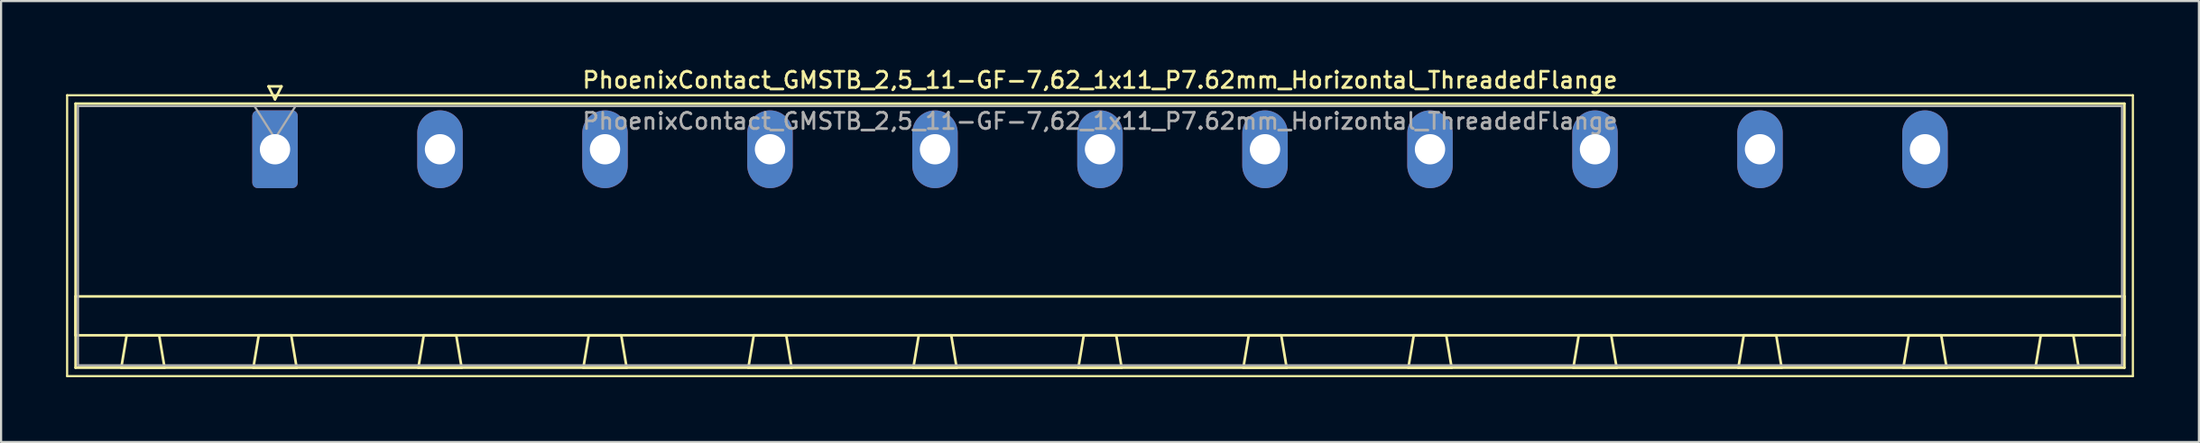
<source format=kicad_pcb>
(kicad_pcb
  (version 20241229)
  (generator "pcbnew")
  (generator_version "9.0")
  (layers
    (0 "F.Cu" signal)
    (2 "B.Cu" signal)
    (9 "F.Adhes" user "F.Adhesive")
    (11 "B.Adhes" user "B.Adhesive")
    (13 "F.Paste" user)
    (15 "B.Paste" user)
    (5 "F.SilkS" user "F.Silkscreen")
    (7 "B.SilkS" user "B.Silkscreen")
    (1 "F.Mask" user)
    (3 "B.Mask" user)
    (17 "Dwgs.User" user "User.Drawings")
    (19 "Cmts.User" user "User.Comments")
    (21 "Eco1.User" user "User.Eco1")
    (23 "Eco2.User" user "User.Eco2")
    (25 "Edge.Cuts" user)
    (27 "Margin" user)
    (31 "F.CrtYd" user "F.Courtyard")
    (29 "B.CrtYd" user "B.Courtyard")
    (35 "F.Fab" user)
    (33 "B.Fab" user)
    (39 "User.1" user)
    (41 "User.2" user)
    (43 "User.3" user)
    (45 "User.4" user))
  (footprint "PhoenixContact_GMSTB_2,5_11-GF-7,62_1x11_P7.62mm_Horizontal_ThreadedFlange"
    (layer "F.Cu")
    (at 9.65 3.858)
    (property "Reference" "PhoenixContact_GMSTB_2,5_11-GF-7,62_1x11_P7.62mm_Horizontal_ThreadedFlange" (at 38.1 -3.2 0) (layer "F.SilkS") (effects (font (size 0.75 0.75) (thickness 0.125))))
    (attr through_hole)
    (fp_line (start -9.6 -2.5) (end -9.6 10.5) (stroke (width 0.1) (type solid)) (layer "F.SilkS"))
    (fp_line (start -9.6 10.5) (end 85.8 10.5) (stroke (width 0.1) (type solid)) (layer "F.SilkS"))
    (fp_line (start -9.21 -2.11) (end -9.21 10.11) (stroke (width 0.12) (type solid)) (layer "F.SilkS"))
    (fp_line (start -9.21 6.81) (end 85.41 6.81) (stroke (width 0.12) (type solid)) (layer "F.SilkS"))
    (fp_line (start -9.21 8.61) (end -9.21 6.81) (stroke (width 0.12) (type solid)) (layer "F.SilkS"))
    (fp_line (start -9.21 10.11) (end 85.41 10.11) (stroke (width 0.12) (type solid)) (layer "F.SilkS"))
    (fp_line (start -7.1 10.11) (end -5.1 10.11) (stroke (width 0.12) (type solid)) (layer "F.SilkS"))
    (fp_line (start -6.85 8.61) (end -7.1 10.11) (stroke (width 0.12) (type solid)) (layer "F.SilkS"))
    (fp_line (start -5.35 8.61) (end -6.85 8.61) (stroke (width 0.12) (type solid)) (layer "F.SilkS"))
    (fp_line (start -5.1 10.11) (end -5.35 8.61) (stroke (width 0.12) (type solid)) (layer "F.SilkS"))
    (fp_line (start -1 10.11) (end 1 10.11) (stroke (width 0.12) (type solid)) (layer "F.SilkS"))
    (fp_line (start -0.75 8.61) (end -1 10.11) (stroke (width 0.12) (type solid)) (layer "F.SilkS"))
    (fp_line (start -0.3 -2.91) (end 0.3 -2.91) (stroke (width 0.12) (type solid)) (layer "F.SilkS"))
    (fp_line (start 0 -2.31) (end -0.3 -2.91) (stroke (width 0.12) (type solid)) (layer "F.SilkS"))
    (fp_line (start 0.3 -2.91) (end 0 -2.31) (stroke (width 0.12) (type solid)) (layer "F.SilkS"))
    (fp_line (start 0.75 8.61) (end -0.75 8.61) (stroke (width 0.12) (type solid)) (layer "F.SilkS"))
    (fp_line (start 1 10.11) (end 0.75 8.61) (stroke (width 0.12) (type solid)) (layer "F.SilkS"))
    (fp_line (start 6.62 10.11) (end 8.62 10.11) (stroke (width 0.12) (type solid)) (layer "F.SilkS"))
    (fp_line (start 6.87 8.61) (end 6.62 10.11) (stroke (width 0.12) (type solid)) (layer "F.SilkS"))
    (fp_line (start 8.37 8.61) (end 6.87 8.61) (stroke (width 0.12) (type solid)) (layer "F.SilkS"))
    (fp_line (start 8.62 10.11) (end 8.37 8.61) (stroke (width 0.12) (type solid)) (layer "F.SilkS"))
    (fp_line (start 14.24 10.11) (end 16.24 10.11) (stroke (width 0.12) (type solid)) (layer "F.SilkS"))
    (fp_line (start 14.49 8.61) (end 14.24 10.11) (stroke (width 0.12) (type solid)) (layer "F.SilkS"))
    (fp_line (start 15.99 8.61) (end 14.49 8.61) (stroke (width 0.12) (type solid)) (layer "F.SilkS"))
    (fp_line (start 16.24 10.11) (end 15.99 8.61) (stroke (width 0.12) (type solid)) (layer "F.SilkS"))
    (fp_line (start 21.86 10.11) (end 23.86 10.11) (stroke (width 0.12) (type solid)) (layer "F.SilkS"))
    (fp_line (start 22.11 8.61) (end 21.86 10.11) (stroke (width 0.12) (type solid)) (layer "F.SilkS"))
    (fp_line (start 23.61 8.61) (end 22.11 8.61) (stroke (width 0.12) (type solid)) (layer "F.SilkS"))
    (fp_line (start 23.86 10.11) (end 23.61 8.61) (stroke (width 0.12) (type solid)) (layer "F.SilkS"))
    (fp_line (start 29.48 10.11) (end 31.48 10.11) (stroke (width 0.12) (type solid)) (layer "F.SilkS"))
    (fp_line (start 29.73 8.61) (end 29.48 10.11) (stroke (width 0.12) (type solid)) (layer "F.SilkS"))
    (fp_line (start 31.23 8.61) (end 29.73 8.61) (stroke (width 0.12) (type solid)) (layer "F.SilkS"))
    (fp_line (start 31.48 10.11) (end 31.23 8.61) (stroke (width 0.12) (type solid)) (layer "F.SilkS"))
    (fp_line (start 37.1 10.11) (end 39.1 10.11) (stroke (width 0.12) (type solid)) (layer "F.SilkS"))
    (fp_line (start 37.35 8.61) (end 37.1 10.11) (stroke (width 0.12) (type solid)) (layer "F.SilkS"))
    (fp_line (start 38.85 8.61) (end 37.35 8.61) (stroke (width 0.12) (type solid)) (layer "F.SilkS"))
    (fp_line (start 39.1 10.11) (end 38.85 8.61) (stroke (width 0.12) (type solid)) (layer "F.SilkS"))
    (fp_line (start 44.72 10.11) (end 46.72 10.11) (stroke (width 0.12) (type solid)) (layer "F.SilkS"))
    (fp_line (start 44.97 8.61) (end 44.72 10.11) (stroke (width 0.12) (type solid)) (layer "F.SilkS"))
    (fp_line (start 46.47 8.61) (end 44.97 8.61) (stroke (width 0.12) (type solid)) (layer "F.SilkS"))
    (fp_line (start 46.72 10.11) (end 46.47 8.61) (stroke (width 0.12) (type solid)) (layer "F.SilkS"))
    (fp_line (start 52.34 10.11) (end 54.34 10.11) (stroke (width 0.12) (type solid)) (layer "F.SilkS"))
    (fp_line (start 52.59 8.61) (end 52.34 10.11) (stroke (width 0.12) (type solid)) (layer "F.SilkS"))
    (fp_line (start 54.09 8.61) (end 52.59 8.61) (stroke (width 0.12) (type solid)) (layer "F.SilkS"))
    (fp_line (start 54.34 10.11) (end 54.09 8.61) (stroke (width 0.12) (type solid)) (layer "F.SilkS"))
    (fp_line (start 59.96 10.11) (end 61.96 10.11) (stroke (width 0.12) (type solid)) (layer "F.SilkS"))
    (fp_line (start 60.21 8.61) (end 59.96 10.11) (stroke (width 0.12) (type solid)) (layer "F.SilkS"))
    (fp_line (start 61.71 8.61) (end 60.21 8.61) (stroke (width 0.12) (type solid)) (layer "F.SilkS"))
    (fp_line (start 61.96 10.11) (end 61.71 8.61) (stroke (width 0.12) (type solid)) (layer "F.SilkS"))
    (fp_line (start 67.58 10.11) (end 69.58 10.11) (stroke (width 0.12) (type solid)) (layer "F.SilkS"))
    (fp_line (start 67.83 8.61) (end 67.58 10.11) (stroke (width 0.12) (type solid)) (layer "F.SilkS"))
    (fp_line (start 69.33 8.61) (end 67.83 8.61) (stroke (width 0.12) (type solid)) (layer "F.SilkS"))
    (fp_line (start 69.58 10.11) (end 69.33 8.61) (stroke (width 0.12) (type solid)) (layer "F.SilkS"))
    (fp_line (start 75.2 10.11) (end 77.2 10.11) (stroke (width 0.12) (type solid)) (layer "F.SilkS"))
    (fp_line (start 75.45 8.61) (end 75.2 10.11) (stroke (width 0.12) (type solid)) (layer "F.SilkS"))
    (fp_line (start 76.95 8.61) (end 75.45 8.61) (stroke (width 0.12) (type solid)) (layer "F.SilkS"))
    (fp_line (start 77.2 10.11) (end 76.95 8.61) (stroke (width 0.12) (type solid)) (layer "F.SilkS"))
    (fp_line (start 81.3 10.11) (end 83.3 10.11) (stroke (width 0.12) (type solid)) (layer "F.SilkS"))
    (fp_line (start 81.55 8.61) (end 81.3 10.11) (stroke (width 0.12) (type solid)) (layer "F.SilkS"))
    (fp_line (start 83.05 8.61) (end 81.55 8.61) (stroke (width 0.12) (type solid)) (layer "F.SilkS"))
    (fp_line (start 83.3 10.11) (end 83.05 8.61) (stroke (width 0.12) (type solid)) (layer "F.SilkS"))
    (fp_line (start 85.41 -2.11) (end -9.21 -2.11) (stroke (width 0.12) (type solid)) (layer "F.SilkS"))
    (fp_line (start 85.41 6.81) (end 85.41 8.61) (stroke (width 0.12) (type solid)) (layer "F.SilkS"))
    (fp_line (start 85.41 8.61) (end -9.21 8.61) (stroke (width 0.12) (type solid)) (layer "F.SilkS"))
    (fp_line (start 85.41 10.11) (end 85.41 -2.11) (stroke (width 0.12) (type solid)) (layer "F.SilkS"))
    (fp_line (start 85.8 -2.5) (end -9.6 -2.5) (stroke (width 0.1) (type solid)) (layer "F.SilkS"))
    (fp_line (start 85.8 10.5) (end 85.8 -2.5) (stroke (width 0.1) (type solid)) (layer "F.SilkS"))
    (fp_line (start -9.1 -2) (end -9.1 10) (stroke (width 0.1) (type solid)) (layer "F.Fab"))
    (fp_line (start -9.1 10) (end 85.3 10) (stroke (width 0.1) (type solid)) (layer "F.Fab"))
    (fp_line (start 0 -0.5) (end -0.95 -2) (stroke (width 0.1) (type solid)) (layer "F.Fab"))
    (fp_line (start 0.95 -2) (end 0 -0.5) (stroke (width 0.1) (type solid)) (layer "F.Fab"))
    (fp_line (start 85.3 -2) (end -9.1 -2) (stroke (width 0.1) (type solid)) (layer "F.Fab"))
    (fp_line (start 85.3 10) (end 85.3 -2) (stroke (width 0.1) (type solid)) (layer "F.Fab"))
    (fp_text user "${REFERENCE}" (at 38.1 -1.3 0) (layer "F.Fab") (effects (font (size 0.75 0.75) (thickness 0.125))))
    (pad "1" thru_hole roundrect (at 0 0) (size 2.1 3.6) (drill 1.4) (layers "*.Cu" "*.Mask") (roundrect_rratio 0.119))
    (pad "2" thru_hole oval (at 7.62 0) (size 2.1 3.6) (drill 1.4) (layers "*.Cu" "*.Mask"))
    (pad "3" thru_hole oval (at 15.24 0) (size 2.1 3.6) (drill 1.4) (layers "*.Cu" "*.Mask"))
    (pad "4" thru_hole oval (at 22.86 0) (size 2.1 3.6) (drill 1.4) (layers "*.Cu" "*.Mask"))
    (pad "5" thru_hole oval (at 30.48 0) (size 2.1 3.6) (drill 1.4) (layers "*.Cu" "*.Mask"))
    (pad "6" thru_hole oval (at 38.1 0) (size 2.1 3.6) (drill 1.4) (layers "*.Cu" "*.Mask"))
    (pad "7" thru_hole oval (at 45.72 0) (size 2.1 3.6) (drill 1.4) (layers "*.Cu" "*.Mask"))
    (pad "8" thru_hole oval (at 53.34 0) (size 2.1 3.6) (drill 1.4) (layers "*.Cu" "*.Mask"))
    (pad "9" thru_hole oval (at 60.96 0) (size 2.1 3.6) (drill 1.4) (layers "*.Cu" "*.Mask"))
    (pad "10" thru_hole oval (at 68.58 0) (size 2.1 3.6) (drill 1.4) (layers "*.Cu" "*.Mask"))
    (pad "11" thru_hole oval (at 76.2 0) (size 2.1 3.6) (drill 1.4) (layers "*.Cu" "*.Mask")))
  (gr_rect
    (start -3 -3)
    (end 98.5 17.408)
    (stroke (width 0.1) (type default))
    (fill no)
    (layer "Edge.Cuts")))
</source>
